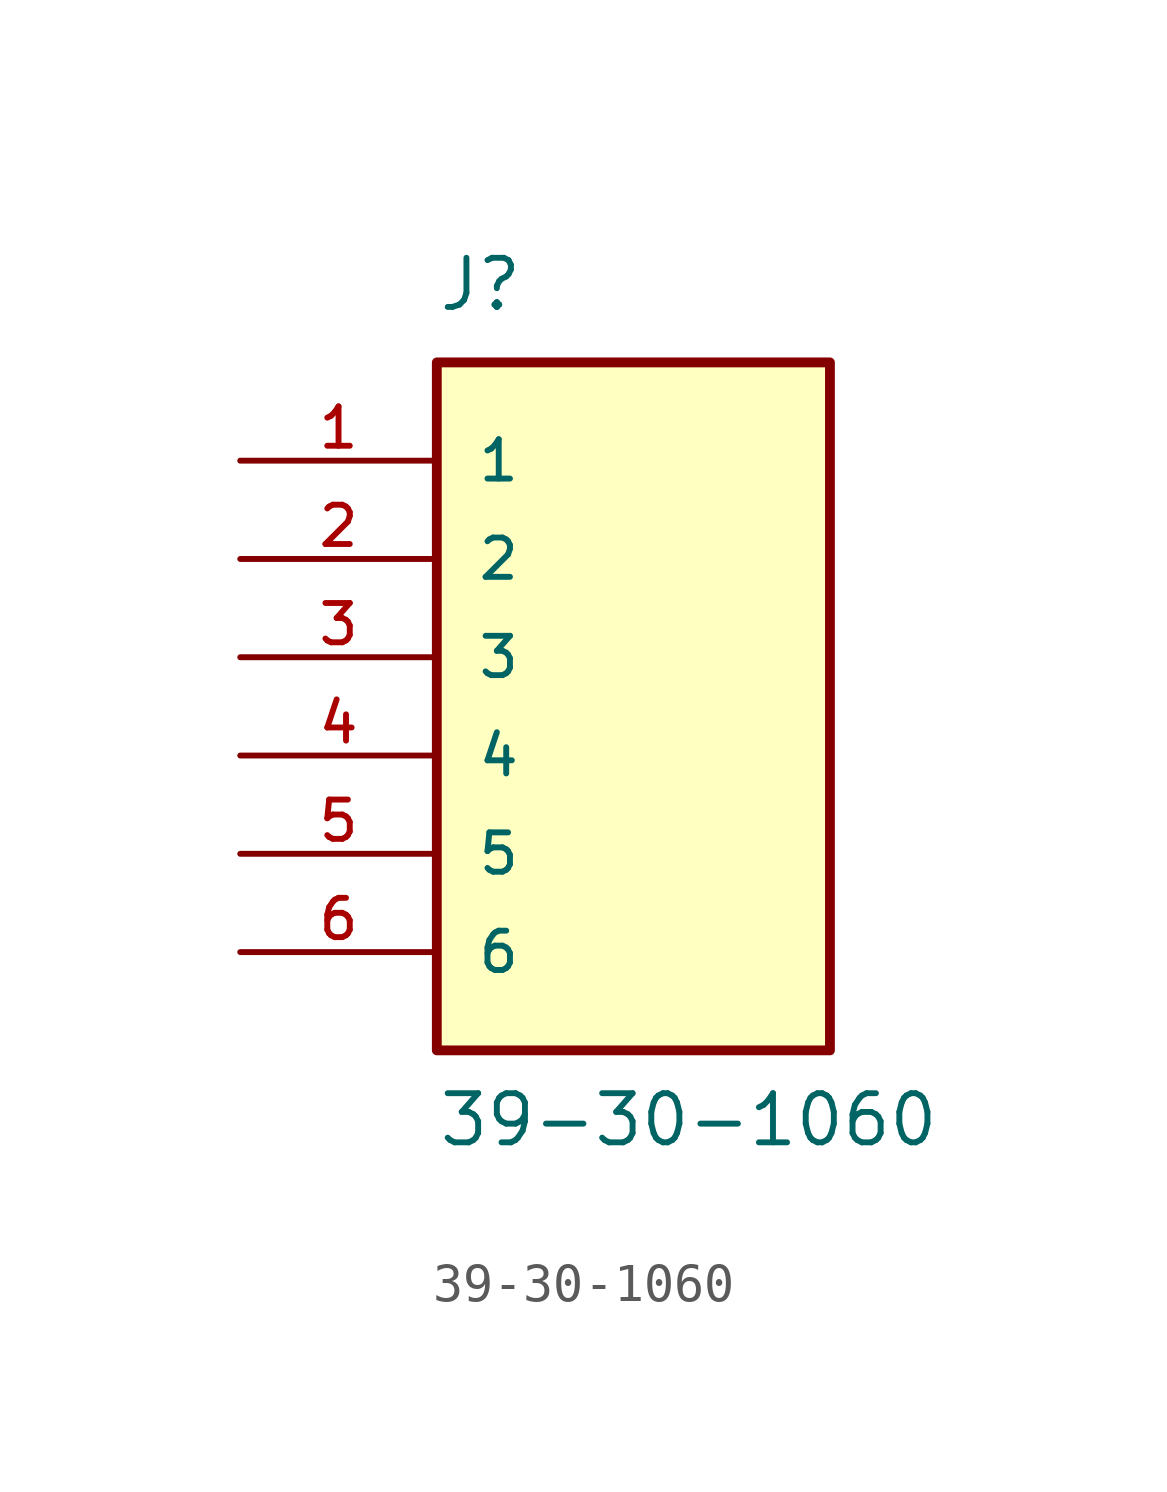
<source format=kicad_sym>
(kicad_symbol_lib
  (version 20211014)
  (generator kicad_symbol_editor)
  (symbol "39-30-1060"
    (pin_names
      (offset 1.016))
    (property "Reference" "J"
      (at -5.08 8.89 0)
      (effects (font (size 1.27 1.27)) (justify bottom left)))
    (property "Value" "39-30-1060"
      (at -5.08 -12.7 0)
      (effects (font (size 1.27 1.27)) (justify bottom left)))
    (symbol "39-30-1060_0_0"
      (rectangle (start -5.08 -10.16) (end 5.08 7.62) (stroke (width 0.254)) (fill (type background)))
      (pin passive line (at -10.16 5.08 0) (length 5.08) (name "1" (effects (font (size 1.016 1.016)))) (number "1" (effects (font (size 1.016 1.016)))))
      (pin passive line (at -10.16 2.54 0) (length 5.08) (name "2" (effects (font (size 1.016 1.016)))) (number "2" (effects (font (size 1.016 1.016)))))
      (pin passive line (at -10.16 0.0 0) (length 5.08) (name "3" (effects (font (size 1.016 1.016)))) (number "3" (effects (font (size 1.016 1.016)))))
      (pin passive line (at -10.16 -2.54 0) (length 5.08) (name "4" (effects (font (size 1.016 1.016)))) (number "4" (effects (font (size 1.016 1.016)))))
      (pin passive line (at -10.16 -5.08 0) (length 5.08) (name "5" (effects (font (size 1.016 1.016)))) (number "5" (effects (font (size 1.016 1.016)))))
      (pin passive line (at -10.16 -7.62 0) (length 5.08) (name "6" (effects (font (size 1.016 1.016)))) (number "6" (effects (font (size 1.016 1.016))))))))
</source>
